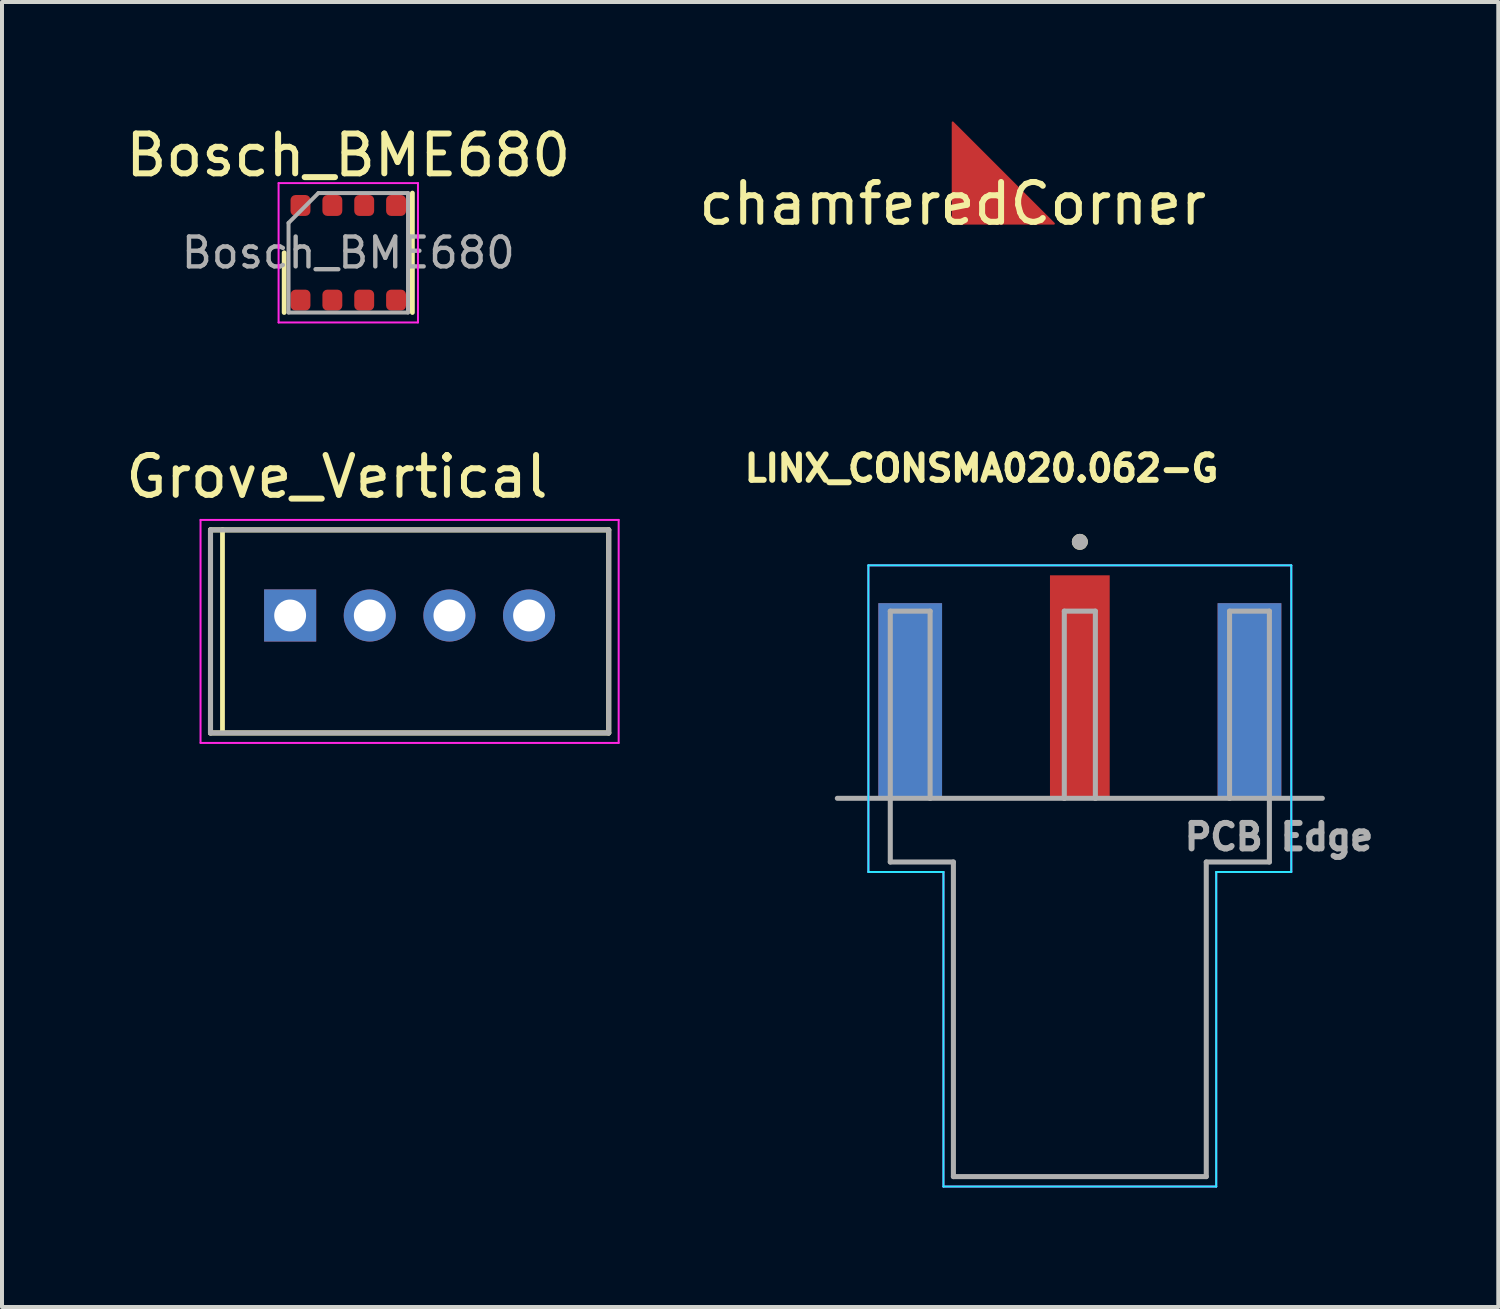
<source format=kicad_pcb>
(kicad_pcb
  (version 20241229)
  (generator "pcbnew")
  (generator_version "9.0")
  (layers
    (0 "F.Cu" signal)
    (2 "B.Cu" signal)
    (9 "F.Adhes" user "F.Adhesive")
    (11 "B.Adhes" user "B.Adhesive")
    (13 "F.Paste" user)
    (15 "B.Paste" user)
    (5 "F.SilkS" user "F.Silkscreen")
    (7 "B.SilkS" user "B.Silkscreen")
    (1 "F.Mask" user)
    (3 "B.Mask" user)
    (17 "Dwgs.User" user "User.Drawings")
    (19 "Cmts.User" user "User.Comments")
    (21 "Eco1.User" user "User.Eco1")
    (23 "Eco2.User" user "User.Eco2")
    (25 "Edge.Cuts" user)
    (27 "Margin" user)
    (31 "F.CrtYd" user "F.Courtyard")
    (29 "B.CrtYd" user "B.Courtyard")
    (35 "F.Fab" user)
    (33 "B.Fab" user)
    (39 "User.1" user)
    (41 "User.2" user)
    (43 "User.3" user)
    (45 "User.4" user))
  (footprint "Bosch_BME680"
    (layer "F.Cu")
    (at 5.696 3.298)
    (property "Reference" "Bosch_BME680" (at 0 -2.45 0) (layer "F.SilkS") (effects (font (size 1 1) (thickness 0.15))))
    (attr smd)
    (fp_line (start -1.61 0) (end -1.61 1.5) (stroke (width 0.12) (type solid)) (layer "F.SilkS"))
    (fp_line (start 1.61 -1.5) (end 1.61 1.5) (stroke (width 0.12) (type solid)) (layer "F.SilkS"))
    (fp_line (start -1.75 -1.75) (end -1.75 1.75) (stroke (width 0.05) (type solid)) (layer "F.CrtYd"))
    (fp_line (start -1.75 1.75) (end 1.75 1.75) (stroke (width 0.05) (type solid)) (layer "F.CrtYd"))
    (fp_line (start 1.75 -1.75) (end -1.75 -1.75) (stroke (width 0.05) (type solid)) (layer "F.CrtYd"))
    (fp_line (start 1.75 1.75) (end 1.75 -1.75) (stroke (width 0.05) (type solid)) (layer "F.CrtYd"))
    (fp_line (start -1.5 -0.75) (end -0.75 -1.5) (stroke (width 0.1) (type solid)) (layer "F.Fab"))
    (fp_line (start -1.5 1.5) (end -1.5 -0.75) (stroke (width 0.1) (type solid)) (layer "F.Fab"))
    (fp_line (start -0.75 -1.5) (end 1.5 -1.5) (stroke (width 0.1) (type solid)) (layer "F.Fab"))
    (fp_line (start 1.5 -1.5) (end 1.5 1.5) (stroke (width 0.1) (type solid)) (layer "F.Fab"))
    (fp_line (start 1.5 1.5) (end -1.5 1.5) (stroke (width 0.1) (type solid)) (layer "F.Fab"))
    (fp_text user "${REFERENCE}" (at 0 0 0) (layer "F.Fab") (effects (font (size 0.75 0.75) (thickness 0.11))))
    (pad "1" smd roundrect (at -1.2 -1.188) (size 0.5 0.525) (layers "F.Cu" "F.Mask" "F.Paste") (roundrect_rratio 0.25))
    (pad "2" smd roundrect (at -0.4 -1.188) (size 0.5 0.525) (layers "F.Cu" "F.Mask" "F.Paste") (roundrect_rratio 0.25))
    (pad "3" smd roundrect (at 0.4 -1.188) (size 0.5 0.525) (layers "F.Cu" "F.Mask" "F.Paste") (roundrect_rratio 0.25))
    (pad "4" smd roundrect (at 1.2 -1.188) (size 0.5 0.525) (layers "F.Cu" "F.Mask" "F.Paste") (roundrect_rratio 0.25))
    (pad "5" smd roundrect (at 1.2 1.188) (size 0.5 0.525) (layers "F.Cu" "F.Mask" "F.Paste") (roundrect_rratio 0.25))
    (pad "6" smd roundrect (at 0.4 1.188) (size 0.5 0.525) (layers "F.Cu" "F.Mask" "F.Paste") (roundrect_rratio 0.25))
    (pad "7" smd roundrect (at -0.4 1.188) (size 0.5 0.525) (layers "F.Cu" "F.Mask" "F.Paste") (roundrect_rratio 0.25))
    (pad "8" smd roundrect (at -1.2 1.188) (size 0.5 0.525) (layers "F.Cu" "F.Mask" "F.Paste") (roundrect_rratio 0.25)))
  (footprint "Grove_Vertical"
    (layer "F.Cu")
    (at 7.236 12.406)
    (property "Reference" "Grove_Vertical" (at -1.825 -3.485 0) (layer "F.SilkS") (effects (font (size 1 1) (thickness 0.15))))
    (attr through_hole)
    (fp_line (start -5 -2.15) (end 5 -2.15) (stroke (width 0.127) (type solid)) (layer "F.SilkS"))
    (fp_line (start -5 2.95) (end -5 -2.15) (stroke (width 0.127) (type solid)) (layer "F.SilkS"))
    (fp_line (start -4.699 -2.159) (end -4.699 2.921) (stroke (width 0.12) (type solid)) (layer "F.SilkS"))
    (fp_line (start 5 -2.15) (end 5 2.95) (stroke (width 0.127) (type solid)) (layer "F.SilkS"))
    (fp_line (start 5 2.95) (end -5 2.95) (stroke (width 0.127) (type solid)) (layer "F.SilkS"))
    (fp_line (start -5.25 -2.4) (end 5.25 -2.4) (stroke (width 0.05) (type solid)) (layer "F.CrtYd"))
    (fp_line (start -5.25 3.2) (end -5.25 -2.4) (stroke (width 0.05) (type solid)) (layer "F.CrtYd"))
    (fp_line (start 5.25 -2.4) (end 5.25 3.2) (stroke (width 0.05) (type solid)) (layer "F.CrtYd"))
    (fp_line (start 5.25 3.2) (end -5.25 3.2) (stroke (width 0.05) (type solid)) (layer "F.CrtYd"))
    (fp_line (start -5 -2.15) (end 5 -2.15) (stroke (width 0.127) (type solid)) (layer "F.Fab"))
    (fp_line (start -5 2.95) (end -5 -2.15) (stroke (width 0.127) (type solid)) (layer "F.Fab"))
    (fp_line (start 5 -2.15) (end 5 2.95) (stroke (width 0.127) (type solid)) (layer "F.Fab"))
    (fp_line (start 5 2.95) (end -5 2.95) (stroke (width 0.127) (type solid)) (layer "F.Fab"))
    (pad "1" thru_hole rect (at -3 0) (size 1.308 1.308) (drill 0.8) (layers "*.Cu" "*.Mask"))
    (pad "2" thru_hole circle (at -1 0) (size 1.308 1.308) (drill 0.8) (layers "*.Cu" "*.Mask"))
    (pad "3" thru_hole circle (at 1 0) (size 1.308 1.308) (drill 0.8) (layers "*.Cu" "*.Mask"))
    (pad "4" thru_hole circle (at 3 0) (size 1.308 1.308) (drill 0.8) (layers "*.Cu" "*.Mask")))
  (footprint "LINX_CONSMA020.062-G"
    (layer "F.Cu")
    (at 24.067 16.997)
    (property "Reference" "LINX_CONSMA020.062-G" (at -2.468 -8.286 0) (layer "F.SilkS") (effects (font (size 0.64 0.64) (thickness 0.15))))
    (attr through_hole)
    (fp_circle (center 0 -6.44) (end 0.1 -6.44) (stroke (width 0.2) (type solid)) (fill no) (layer "F.SilkS"))
    (fp_line (start -5.31 -5.85) (end -5.31 1.85) (stroke (width 0.05) (type solid)) (layer "B.CrtYd"))
    (fp_line (start -5.31 1.85) (end -3.425 1.85) (stroke (width 0.05) (type solid)) (layer "B.CrtYd"))
    (fp_line (start -3.425 1.85) (end -3.425 9.75) (stroke (width 0.05) (type solid)) (layer "B.CrtYd"))
    (fp_line (start -3.425 9.75) (end 3.425 9.75) (stroke (width 0.05) (type solid)) (layer "B.CrtYd"))
    (fp_line (start 3.425 1.85) (end 3.425 9.75) (stroke (width 0.05) (type solid)) (layer "B.CrtYd"))
    (fp_line (start 5.31 -5.85) (end -5.31 -5.85) (stroke (width 0.05) (type solid)) (layer "B.CrtYd"))
    (fp_line (start 5.31 1.85) (end 3.425 1.85) (stroke (width 0.05) (type solid)) (layer "B.CrtYd"))
    (fp_line (start 5.31 1.85) (end 5.31 -5.85) (stroke (width 0.05) (type solid)) (layer "B.CrtYd"))
    (fp_line (start -5.31 -5.85) (end -5.31 1.85) (stroke (width 0.05) (type solid)) (layer "F.CrtYd"))
    (fp_line (start -5.31 1.85) (end -3.425 1.85) (stroke (width 0.05) (type solid)) (layer "F.CrtYd"))
    (fp_line (start -3.425 1.85) (end -3.425 9.75) (stroke (width 0.05) (type solid)) (layer "F.CrtYd"))
    (fp_line (start -3.425 9.75) (end 3.425 9.75) (stroke (width 0.05) (type solid)) (layer "F.CrtYd"))
    (fp_line (start 3.425 1.85) (end 3.425 9.75) (stroke (width 0.05) (type solid)) (layer "F.CrtYd"))
    (fp_line (start 5.31 -5.85) (end -5.31 -5.85) (stroke (width 0.05) (type solid)) (layer "F.CrtYd"))
    (fp_line (start 5.31 1.85) (end 3.425 1.85) (stroke (width 0.05) (type solid)) (layer "F.CrtYd"))
    (fp_line (start 5.31 1.85) (end 5.31 -5.85) (stroke (width 0.05) (type solid)) (layer "F.CrtYd"))
    (fp_line (start -6.09 0) (end -4.76 0) (stroke (width 0.127) (type solid)) (layer "F.Fab"))
    (fp_line (start -4.76 -4.7) (end -4.76 0) (stroke (width 0.127) (type solid)) (layer "F.Fab"))
    (fp_line (start -4.76 0) (end -3.76 0) (stroke (width 0.127) (type solid)) (layer "F.Fab"))
    (fp_line (start -4.76 1.6) (end -4.76 0) (stroke (width 0.127) (type solid)) (layer "F.Fab"))
    (fp_line (start -3.76 -4.7) (end -4.76 -4.7) (stroke (width 0.127) (type solid)) (layer "F.Fab"))
    (fp_line (start -3.76 0) (end -3.76 -4.7) (stroke (width 0.127) (type solid)) (layer "F.Fab"))
    (fp_line (start -3.76 0) (end -0.39 0) (stroke (width 0.127) (type solid)) (layer "F.Fab"))
    (fp_line (start -3.175 1.6) (end -4.76 1.6) (stroke (width 0.127) (type solid)) (layer "F.Fab"))
    (fp_line (start -3.175 1.6) (end -3.175 9.5) (stroke (width 0.127) (type solid)) (layer "F.Fab"))
    (fp_line (start -3.175 9.5) (end 3.175 9.5) (stroke (width 0.127) (type solid)) (layer "F.Fab"))
    (fp_line (start -0.39 -4.7) (end 0.39 -4.7) (stroke (width 0.127) (type solid)) (layer "F.Fab"))
    (fp_line (start -0.39 0) (end -0.39 -4.7) (stroke (width 0.127) (type solid)) (layer "F.Fab"))
    (fp_line (start -0.39 0) (end 0.39 0) (stroke (width 0.127) (type solid)) (layer "F.Fab"))
    (fp_line (start 0.39 -4.7) (end 0.39 0) (stroke (width 0.127) (type solid)) (layer "F.Fab"))
    (fp_line (start 0.39 0) (end 3.76 0) (stroke (width 0.127) (type solid)) (layer "F.Fab"))
    (fp_line (start 3.175 9.5) (end 3.175 1.6) (stroke (width 0.127) (type solid)) (layer "F.Fab"))
    (fp_line (start 3.76 -4.7) (end 4.76 -4.7) (stroke (width 0.127) (type solid)) (layer "F.Fab"))
    (fp_line (start 3.76 0) (end 3.76 -4.7) (stroke (width 0.127) (type solid)) (layer "F.Fab"))
    (fp_line (start 3.76 0) (end 4.76 0) (stroke (width 0.127) (type solid)) (layer "F.Fab"))
    (fp_line (start 4.76 -4.7) (end 4.76 0) (stroke (width 0.127) (type solid)) (layer "F.Fab"))
    (fp_line (start 4.76 0) (end 4.76 1.6) (stroke (width 0.127) (type solid)) (layer "F.Fab"))
    (fp_line (start 4.76 0) (end 6.09 0) (stroke (width 0.127) (type solid)) (layer "F.Fab"))
    (fp_line (start 4.76 1.6) (end 3.175 1.6) (stroke (width 0.127) (type solid)) (layer "F.Fab"))
    (fp_circle (center 0 -6.44) (end 0.1 -6.44) (stroke (width 0.2) (type solid)) (fill no) (layer "F.Fab"))
    (fp_text user "PCB Edge" (at 5 0.97 0) (layer "F.Fab") (effects (font (size 0.64 0.64) (thickness 0.15))))
    (pad "1" smd rect (at 0 -2.8) (size 1.5 5.6) (layers "F.Cu" "F.Mask" "F.Paste"))
    (pad "2" smd rect (at -4.26 -2.45) (size 1.6 4.9) (layers "F.Cu" "F.Mask" "F.Paste"))
    (pad "2" smd rect (at -4.26 -2.45) (size 1.6 4.9) (layers "B.Cu" "B.Mask" "B.Paste"))
    (pad "2" smd rect (at 4.26 -2.45) (size 1.6 4.9) (layers "F.Cu" "F.Mask" "F.Paste"))
    (pad "2" smd rect (at 4.26 -2.45) (size 1.6 4.9) (layers "B.Cu" "B.Mask" "B.Paste")))
  (footprint "chamferedCorner"
    (layer "F.Cu")
    (at 20.875 2.565)
    (property "Reference" "chamferedCorner" (at 0 -0.5 0) (unlocked yes) (layer "F.SilkS") (effects (font (size 1 1) (thickness 0.15))))
    (attr smd)
    (fp_poly (pts (xy 2.54 0) (xy 0 0) (xy 0 -2.54)) (stroke (width 0.05) (type solid)) (fill yes) (layer "F.Cu")))
  (gr_rect
    (start -3 -3)
    (end 34.575 29.772)
    (stroke (width 0.1) (type default))
    (fill no)
    (layer "Edge.Cuts")))
</source>
